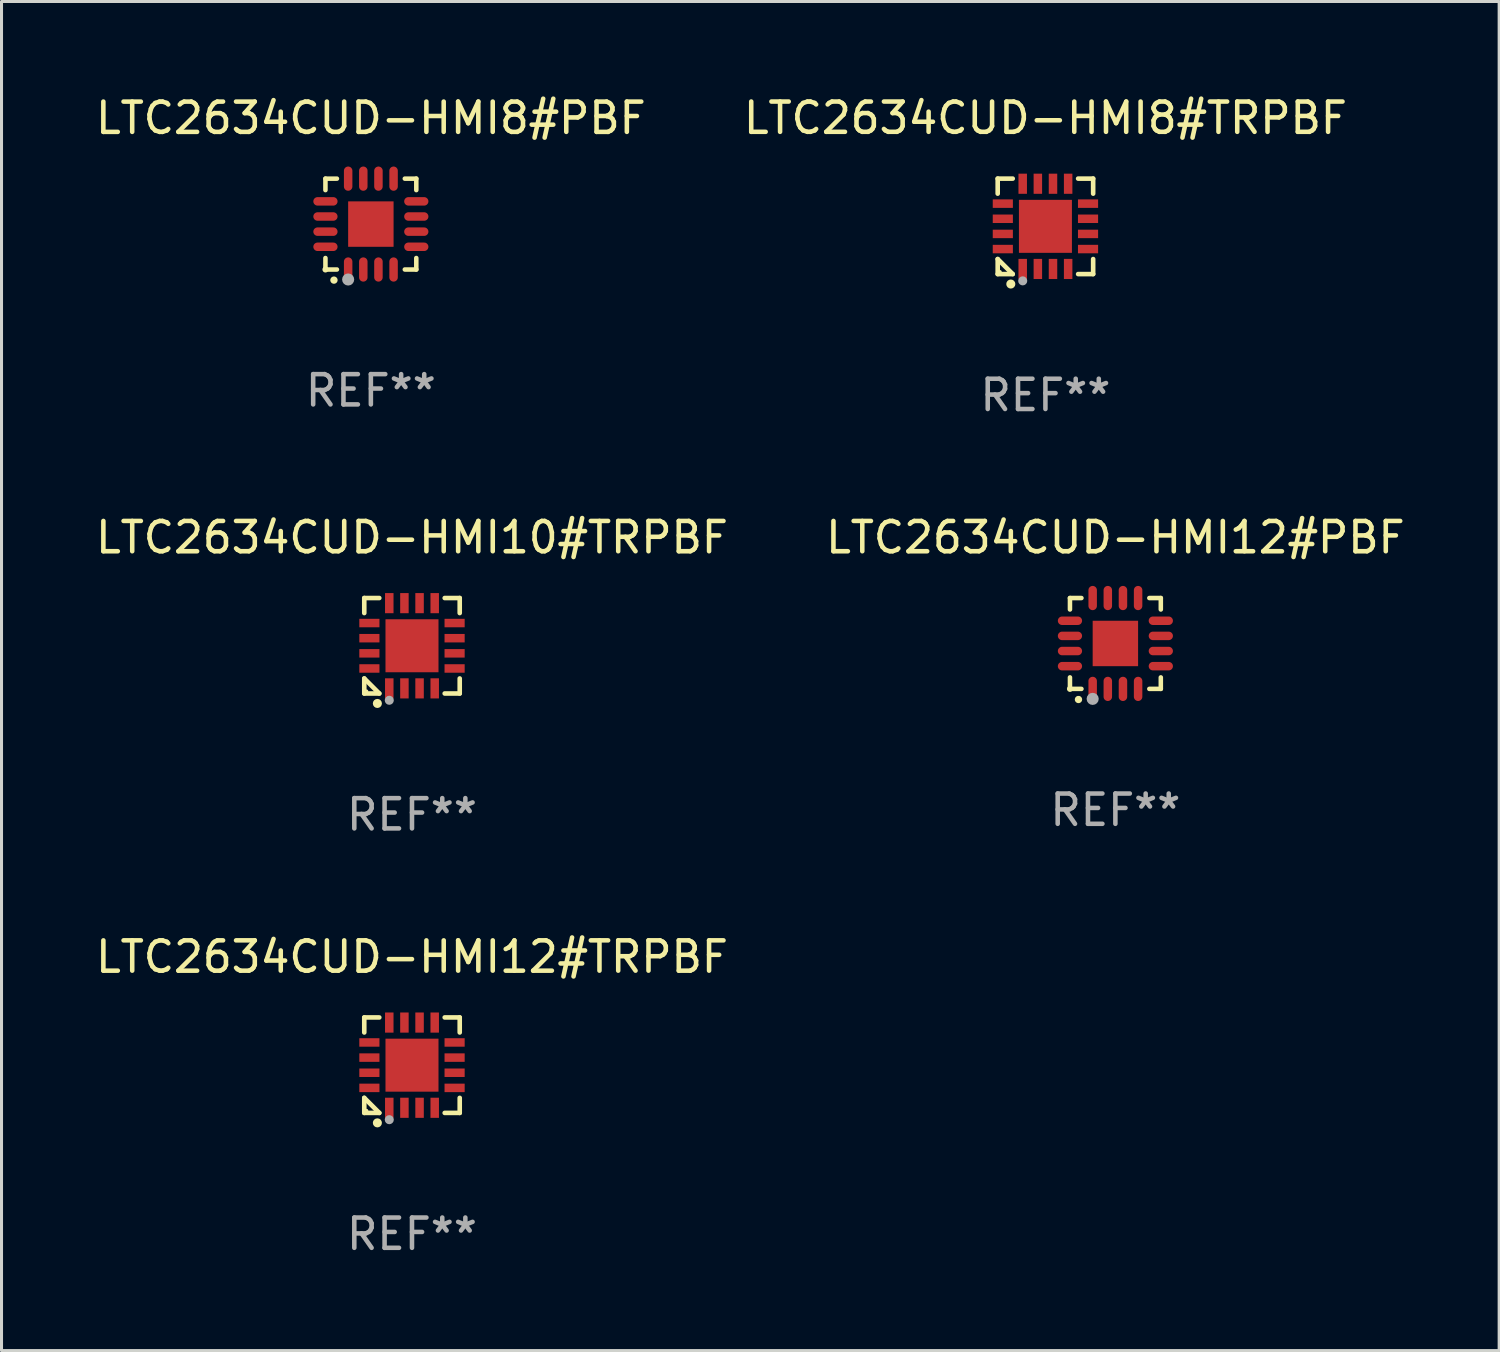
<source format=kicad_pcb>
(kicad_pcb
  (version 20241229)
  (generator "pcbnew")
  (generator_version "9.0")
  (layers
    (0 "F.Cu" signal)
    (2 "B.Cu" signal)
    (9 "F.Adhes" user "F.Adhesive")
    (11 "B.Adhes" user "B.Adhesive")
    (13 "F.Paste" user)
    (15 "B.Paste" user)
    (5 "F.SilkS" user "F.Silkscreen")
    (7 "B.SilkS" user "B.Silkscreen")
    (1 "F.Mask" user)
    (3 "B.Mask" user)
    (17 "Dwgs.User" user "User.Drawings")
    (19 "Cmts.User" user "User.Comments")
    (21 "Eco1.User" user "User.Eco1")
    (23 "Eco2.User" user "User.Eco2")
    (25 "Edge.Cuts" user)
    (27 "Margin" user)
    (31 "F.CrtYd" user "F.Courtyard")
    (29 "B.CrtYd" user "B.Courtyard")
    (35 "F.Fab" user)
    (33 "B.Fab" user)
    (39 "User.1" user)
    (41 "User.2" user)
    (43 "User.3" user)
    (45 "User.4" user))
  (footprint "LTC2634CUD-HMI8#TRPBF"
    (layer "F.Cu")
    (at 31.47 4.424)
    (property "Reference" "LTC2634CUD-HMI8#TRPBF" (at 0 -3.576 0) (layer "F.SilkS") (effects (font (size 1 1) (thickness 0.15))))
    (attr through_hole)
    (fp_line (start -1.576 -1.576) (end -1.08 -1.576) (stroke (width 0.152) (type solid)) (layer "F.SilkS"))
    (fp_line (start -1.576 -1.08) (end -1.576 -1.576) (stroke (width 0.152) (type solid)) (layer "F.SilkS"))
    (fp_line (start -1.576 1.08) (end -1.576 1.576) (stroke (width 0.152) (type solid)) (layer "F.SilkS"))
    (fp_line (start -1.576 1.576) (end -1.08 1.576) (stroke (width 0.152) (type solid)) (layer "F.SilkS"))
    (fp_line (start -1.08 1.576) (end -1.576 1.08) (stroke (width 0.152) (type solid)) (layer "F.SilkS"))
    (fp_line (start 1.576 -1.576) (end 1.08 -1.576) (stroke (width 0.152) (type solid)) (layer "F.SilkS"))
    (fp_line (start 1.576 -1.08) (end 1.576 -1.576) (stroke (width 0.152) (type solid)) (layer "F.SilkS"))
    (fp_line (start 1.576 1.08) (end 1.576 1.576) (stroke (width 0.152) (type solid)) (layer "F.SilkS"))
    (fp_line (start 1.576 1.576) (end 1.08 1.576) (stroke (width 0.152) (type solid)) (layer "F.SilkS"))
    (fp_circle (center -1.5 1.5) (end -1.47 1.5) (stroke (width 0.06) (type solid)) (fill no) (layer "F.SilkS"))
    (fp_circle (center -1.143 1.905) (end -1.068 1.905) (stroke (width 0.15) (type solid)) (fill no) (layer "F.SilkS"))
    (fp_circle (center -0.75 1.8) (end -0.675 1.8) (stroke (width 0.15) (type solid)) (fill no) (layer "F.Fab"))
    (fp_text user "REF**" (at 0 5.576 0) (layer "F.Fab") (effects (font (size 1 1) (thickness 0.15))))
    (pad "1" smd rect (at -0.75 1.407) (size 0.28 0.665) (layers "F.Cu" "F.Mask" "F.Paste"))
    (pad "2" smd rect (at -0.25 1.407) (size 0.28 0.665) (layers "F.Cu" "F.Mask" "F.Paste"))
    (pad "3" smd rect (at 0.25 1.407) (size 0.28 0.665) (layers "F.Cu" "F.Mask" "F.Paste"))
    (pad "4" smd rect (at 0.75 1.407) (size 0.28 0.665) (layers "F.Cu" "F.Mask" "F.Paste"))
    (pad "5" smd rect (at 1.407 0.75) (size 0.665 0.28) (layers "F.Cu" "F.Mask" "F.Paste"))
    (pad "6" smd rect (at 1.407 0.25) (size 0.665 0.28) (layers "F.Cu" "F.Mask" "F.Paste"))
    (pad "7" smd rect (at 1.407 -0.25) (size 0.665 0.28) (layers "F.Cu" "F.Mask" "F.Paste"))
    (pad "8" smd rect (at 1.407 -0.75) (size 0.665 0.28) (layers "F.Cu" "F.Mask" "F.Paste"))
    (pad "9" smd rect (at 0.75 -1.407) (size 0.28 0.665) (layers "F.Cu" "F.Mask" "F.Paste"))
    (pad "10" smd rect (at 0.25 -1.407) (size 0.28 0.665) (layers "F.Cu" "F.Mask" "F.Paste"))
    (pad "11" smd rect (at -0.25 -1.407) (size 0.28 0.665) (layers "F.Cu" "F.Mask" "F.Paste"))
    (pad "12" smd rect (at -0.75 -1.407) (size 0.28 0.665) (layers "F.Cu" "F.Mask" "F.Paste"))
    (pad "13" smd rect (at -1.407 -0.75) (size 0.665 0.28) (layers "F.Cu" "F.Mask" "F.Paste"))
    (pad "14" smd rect (at -1.407 -0.25) (size 0.665 0.28) (layers "F.Cu" "F.Mask" "F.Paste"))
    (pad "15" smd rect (at -1.407 0.25) (size 0.665 0.28) (layers "F.Cu" "F.Mask" "F.Paste"))
    (pad "16" smd rect (at -1.407 0.75) (size 0.665 0.28) (layers "F.Cu" "F.Mask" "F.Paste"))
    (pad "17" smd rect (at 0 0) (size 1.75 1.75) (layers "F.Cu" "F.Mask" "F.Paste")))
  (footprint "LTC2634CUD-HMI8#PBF"
    (layer "F.Cu")
    (at 9.196 4.349)
    (property "Reference" "LTC2634CUD-HMI8#PBF" (at 0 -3.5 0) (layer "F.SilkS") (effects (font (size 1 1) (thickness 0.15))))
    (attr through_hole)
    (fp_line (start -1.5 -1.5) (end -1.121 -1.5) (stroke (width 0.15) (type solid)) (layer "F.SilkS"))
    (fp_line (start -1.5 -1.122) (end -1.5 -1.5) (stroke (width 0.15) (type solid)) (layer "F.SilkS"))
    (fp_line (start -1.5 1.5) (end -1.5 1.121) (stroke (width 0.15) (type solid)) (layer "F.SilkS"))
    (fp_line (start -1.121 1.5) (end -1.5 1.5) (stroke (width 0.15) (type solid)) (layer "F.SilkS"))
    (fp_line (start 1.121 -1.5) (end 1.5 -1.5) (stroke (width 0.15) (type solid)) (layer "F.SilkS"))
    (fp_line (start 1.5 -1.5) (end 1.5 -1.122) (stroke (width 0.15) (type solid)) (layer "F.SilkS"))
    (fp_line (start 1.5 1.121) (end 1.5 1.5) (stroke (width 0.15) (type solid)) (layer "F.SilkS"))
    (fp_line (start 1.5 1.5) (end 1.121 1.5) (stroke (width 0.15) (type solid)) (layer "F.SilkS"))
    (fp_arc (start -1.219926 1.850254) (mid -1.21891 1.85025) (end -1.217894 1.850254) (stroke (width 0.240005) (type solid)) (layer "F.SilkS"))
    (fp_circle (center -1.5 1.5) (end -1.45 1.5) (stroke (width 0.1) (type solid)) (fill no) (layer "F.SilkS"))
    (fp_circle (center -0.75 1.83) (end -0.65 1.83) (stroke (width 0.2) (type solid)) (fill no) (layer "F.Fab"))
    (fp_text user "REF**" (at 0 5.5 0) (layer "F.Fab") (effects (font (size 1 1) (thickness 0.15))))
    (pad "1" smd oval (at -0.75 1.5) (size 0.28 0.8) (layers "F.Cu" "F.Mask" "F.Paste"))
    (pad "2" smd oval (at -0.25 1.5) (size 0.28 0.8) (layers "F.Cu" "F.Mask" "F.Paste"))
    (pad "3" smd oval (at 0.25 1.5) (size 0.28 0.8) (layers "F.Cu" "F.Mask" "F.Paste"))
    (pad "4" smd oval (at 0.75 1.5) (size 0.28 0.8) (layers "F.Cu" "F.Mask" "F.Paste"))
    (pad "5" smd oval (at 1.5 0.75) (size 0.8 0.28) (layers "F.Cu" "F.Mask" "F.Paste"))
    (pad "6" smd oval (at 1.5 0.25) (size 0.8 0.28) (layers "F.Cu" "F.Mask" "F.Paste"))
    (pad "7" smd oval (at 1.5 -0.25) (size 0.8 0.28) (layers "F.Cu" "F.Mask" "F.Paste"))
    (pad "8" smd oval (at 1.5 -0.75) (size 0.8 0.28) (layers "F.Cu" "F.Mask" "F.Paste"))
    (pad "9" smd oval (at 0.75 -1.5) (size 0.28 0.8) (layers "F.Cu" "F.Mask" "F.Paste"))
    (pad "10" smd oval (at 0.25 -1.5) (size 0.28 0.8) (layers "F.Cu" "F.Mask" "F.Paste"))
    (pad "11" smd oval (at -0.25 -1.5) (size 0.28 0.8) (layers "F.Cu" "F.Mask" "F.Paste"))
    (pad "12" smd oval (at -0.75 -1.5) (size 0.28 0.8) (layers "F.Cu" "F.Mask" "F.Paste"))
    (pad "13" smd oval (at -1.5 -0.75) (size 0.8 0.28) (layers "F.Cu" "F.Mask" "F.Paste"))
    (pad "14" smd oval (at -1.5 -0.25) (size 0.8 0.28) (layers "F.Cu" "F.Mask" "F.Paste"))
    (pad "15" smd oval (at -1.5 0.25) (size 0.8 0.28) (layers "F.Cu" "F.Mask" "F.Paste"))
    (pad "16" smd oval (at -1.5 0.75) (size 0.8 0.28) (layers "F.Cu" "F.Mask" "F.Paste"))
    (pad "17" smd rect (at -0.000064 0.000165) (size 1.5 1.5) (layers "F.Cu" "F.Mask" "F.Paste")))
  (footprint "LTC2634CUD-HMI12#PBF"
    (layer "F.Cu")
    (at 33.78 18.197)
    (property "Reference" "LTC2634CUD-HMI12#PBF" (at 0 -3.5 0) (layer "F.SilkS") (effects (font (size 1 1) (thickness 0.15))))
    (attr through_hole)
    (fp_line (start -1.5 -1.5) (end -1.121 -1.5) (stroke (width 0.15) (type solid)) (layer "F.SilkS"))
    (fp_line (start -1.5 -1.122) (end -1.5 -1.5) (stroke (width 0.15) (type solid)) (layer "F.SilkS"))
    (fp_line (start -1.5 1.5) (end -1.5 1.121) (stroke (width 0.15) (type solid)) (layer "F.SilkS"))
    (fp_line (start -1.121 1.5) (end -1.5 1.5) (stroke (width 0.15) (type solid)) (layer "F.SilkS"))
    (fp_line (start 1.121 -1.5) (end 1.5 -1.5) (stroke (width 0.15) (type solid)) (layer "F.SilkS"))
    (fp_line (start 1.5 -1.5) (end 1.5 -1.122) (stroke (width 0.15) (type solid)) (layer "F.SilkS"))
    (fp_line (start 1.5 1.121) (end 1.5 1.5) (stroke (width 0.15) (type solid)) (layer "F.SilkS"))
    (fp_line (start 1.5 1.5) (end 1.121 1.5) (stroke (width 0.15) (type solid)) (layer "F.SilkS"))
    (fp_arc (start -1.219926 1.850254) (mid -1.21891 1.85025) (end -1.217894 1.850254) (stroke (width 0.240005) (type solid)) (layer "F.SilkS"))
    (fp_circle (center -1.5 1.5) (end -1.45 1.5) (stroke (width 0.1) (type solid)) (fill no) (layer "F.SilkS"))
    (fp_circle (center -0.75 1.83) (end -0.65 1.83) (stroke (width 0.2) (type solid)) (fill no) (layer "F.Fab"))
    (fp_text user "REF**" (at 0 5.5 0) (layer "F.Fab") (effects (font (size 1 1) (thickness 0.15))))
    (pad "1" smd oval (at -0.75 1.5) (size 0.28 0.8) (layers "F.Cu" "F.Mask" "F.Paste"))
    (pad "2" smd oval (at -0.25 1.5) (size 0.28 0.8) (layers "F.Cu" "F.Mask" "F.Paste"))
    (pad "3" smd oval (at 0.25 1.5) (size 0.28 0.8) (layers "F.Cu" "F.Mask" "F.Paste"))
    (pad "4" smd oval (at 0.75 1.5) (size 0.28 0.8) (layers "F.Cu" "F.Mask" "F.Paste"))
    (pad "5" smd oval (at 1.5 0.75) (size 0.8 0.28) (layers "F.Cu" "F.Mask" "F.Paste"))
    (pad "6" smd oval (at 1.5 0.25) (size 0.8 0.28) (layers "F.Cu" "F.Mask" "F.Paste"))
    (pad "7" smd oval (at 1.5 -0.25) (size 0.8 0.28) (layers "F.Cu" "F.Mask" "F.Paste"))
    (pad "8" smd oval (at 1.5 -0.75) (size 0.8 0.28) (layers "F.Cu" "F.Mask" "F.Paste"))
    (pad "9" smd oval (at 0.75 -1.5) (size 0.28 0.8) (layers "F.Cu" "F.Mask" "F.Paste"))
    (pad "10" smd oval (at 0.25 -1.5) (size 0.28 0.8) (layers "F.Cu" "F.Mask" "F.Paste"))
    (pad "11" smd oval (at -0.25 -1.5) (size 0.28 0.8) (layers "F.Cu" "F.Mask" "F.Paste"))
    (pad "12" smd oval (at -0.75 -1.5) (size 0.28 0.8) (layers "F.Cu" "F.Mask" "F.Paste"))
    (pad "13" smd oval (at -1.5 -0.75) (size 0.8 0.28) (layers "F.Cu" "F.Mask" "F.Paste"))
    (pad "14" smd oval (at -1.5 -0.25) (size 0.8 0.28) (layers "F.Cu" "F.Mask" "F.Paste"))
    (pad "15" smd oval (at -1.5 0.25) (size 0.8 0.28) (layers "F.Cu" "F.Mask" "F.Paste"))
    (pad "16" smd oval (at -1.5 0.75) (size 0.8 0.28) (layers "F.Cu" "F.Mask" "F.Paste"))
    (pad "17" smd rect (at -0.000064 0.000165) (size 1.5 1.5) (layers "F.Cu" "F.Mask" "F.Paste")))
  (footprint "LTC2634CUD-HMI12#TRPBF"
    (layer "F.Cu")
    (at 10.554 32.122)
    (property "Reference" "LTC2634CUD-HMI12#TRPBF" (at 0 -3.576 0) (layer "F.SilkS") (effects (font (size 1 1) (thickness 0.15))))
    (attr through_hole)
    (fp_line (start -1.576 -1.576) (end -1.08 -1.576) (stroke (width 0.152) (type solid)) (layer "F.SilkS"))
    (fp_line (start -1.576 -1.08) (end -1.576 -1.576) (stroke (width 0.152) (type solid)) (layer "F.SilkS"))
    (fp_line (start -1.576 1.08) (end -1.576 1.576) (stroke (width 0.152) (type solid)) (layer "F.SilkS"))
    (fp_line (start -1.576 1.576) (end -1.08 1.576) (stroke (width 0.152) (type solid)) (layer "F.SilkS"))
    (fp_line (start -1.08 1.576) (end -1.576 1.08) (stroke (width 0.152) (type solid)) (layer "F.SilkS"))
    (fp_line (start 1.576 -1.576) (end 1.08 -1.576) (stroke (width 0.152) (type solid)) (layer "F.SilkS"))
    (fp_line (start 1.576 -1.08) (end 1.576 -1.576) (stroke (width 0.152) (type solid)) (layer "F.SilkS"))
    (fp_line (start 1.576 1.08) (end 1.576 1.576) (stroke (width 0.152) (type solid)) (layer "F.SilkS"))
    (fp_line (start 1.576 1.576) (end 1.08 1.576) (stroke (width 0.152) (type solid)) (layer "F.SilkS"))
    (fp_circle (center -1.5 1.5) (end -1.47 1.5) (stroke (width 0.06) (type solid)) (fill no) (layer "F.SilkS"))
    (fp_circle (center -1.143 1.905) (end -1.068 1.905) (stroke (width 0.15) (type solid)) (fill no) (layer "F.SilkS"))
    (fp_circle (center -0.75 1.8) (end -0.675 1.8) (stroke (width 0.15) (type solid)) (fill no) (layer "F.Fab"))
    (fp_text user "REF**" (at 0 5.576 0) (layer "F.Fab") (effects (font (size 1 1) (thickness 0.15))))
    (pad "1" smd rect (at -0.75 1.407) (size 0.28 0.665) (layers "F.Cu" "F.Mask" "F.Paste"))
    (pad "2" smd rect (at -0.25 1.407) (size 0.28 0.665) (layers "F.Cu" "F.Mask" "F.Paste"))
    (pad "3" smd rect (at 0.25 1.407) (size 0.28 0.665) (layers "F.Cu" "F.Mask" "F.Paste"))
    (pad "4" smd rect (at 0.75 1.407) (size 0.28 0.665) (layers "F.Cu" "F.Mask" "F.Paste"))
    (pad "5" smd rect (at 1.407 0.75) (size 0.665 0.28) (layers "F.Cu" "F.Mask" "F.Paste"))
    (pad "6" smd rect (at 1.407 0.25) (size 0.665 0.28) (layers "F.Cu" "F.Mask" "F.Paste"))
    (pad "7" smd rect (at 1.407 -0.25) (size 0.665 0.28) (layers "F.Cu" "F.Mask" "F.Paste"))
    (pad "8" smd rect (at 1.407 -0.75) (size 0.665 0.28) (layers "F.Cu" "F.Mask" "F.Paste"))
    (pad "9" smd rect (at 0.75 -1.407) (size 0.28 0.665) (layers "F.Cu" "F.Mask" "F.Paste"))
    (pad "10" smd rect (at 0.25 -1.407) (size 0.28 0.665) (layers "F.Cu" "F.Mask" "F.Paste"))
    (pad "11" smd rect (at -0.25 -1.407) (size 0.28 0.665) (layers "F.Cu" "F.Mask" "F.Paste"))
    (pad "12" smd rect (at -0.75 -1.407) (size 0.28 0.665) (layers "F.Cu" "F.Mask" "F.Paste"))
    (pad "13" smd rect (at -1.407 -0.75) (size 0.665 0.28) (layers "F.Cu" "F.Mask" "F.Paste"))
    (pad "14" smd rect (at -1.407 -0.25) (size 0.665 0.28) (layers "F.Cu" "F.Mask" "F.Paste"))
    (pad "15" smd rect (at -1.407 0.25) (size 0.665 0.28) (layers "F.Cu" "F.Mask" "F.Paste"))
    (pad "16" smd rect (at -1.407 0.75) (size 0.665 0.28) (layers "F.Cu" "F.Mask" "F.Paste"))
    (pad "17" smd rect (at 0 0) (size 1.75 1.75) (layers "F.Cu" "F.Mask" "F.Paste")))
  (footprint "LTC2634CUD-HMI10#TRPBF"
    (layer "F.Cu")
    (at 10.554 18.273)
    (property "Reference" "LTC2634CUD-HMI10#TRPBF" (at 0 -3.576 0) (layer "F.SilkS") (effects (font (size 1 1) (thickness 0.15))))
    (attr through_hole)
    (fp_line (start -1.576 -1.576) (end -1.08 -1.576) (stroke (width 0.152) (type solid)) (layer "F.SilkS"))
    (fp_line (start -1.576 -1.08) (end -1.576 -1.576) (stroke (width 0.152) (type solid)) (layer "F.SilkS"))
    (fp_line (start -1.576 1.08) (end -1.576 1.576) (stroke (width 0.152) (type solid)) (layer "F.SilkS"))
    (fp_line (start -1.576 1.576) (end -1.08 1.576) (stroke (width 0.152) (type solid)) (layer "F.SilkS"))
    (fp_line (start -1.08 1.576) (end -1.576 1.08) (stroke (width 0.152) (type solid)) (layer "F.SilkS"))
    (fp_line (start 1.576 -1.576) (end 1.08 -1.576) (stroke (width 0.152) (type solid)) (layer "F.SilkS"))
    (fp_line (start 1.576 -1.08) (end 1.576 -1.576) (stroke (width 0.152) (type solid)) (layer "F.SilkS"))
    (fp_line (start 1.576 1.08) (end 1.576 1.576) (stroke (width 0.152) (type solid)) (layer "F.SilkS"))
    (fp_line (start 1.576 1.576) (end 1.08 1.576) (stroke (width 0.152) (type solid)) (layer "F.SilkS"))
    (fp_circle (center -1.5 1.5) (end -1.47 1.5) (stroke (width 0.06) (type solid)) (fill no) (layer "F.SilkS"))
    (fp_circle (center -1.143 1.905) (end -1.068 1.905) (stroke (width 0.15) (type solid)) (fill no) (layer "F.SilkS"))
    (fp_circle (center -0.75 1.8) (end -0.675 1.8) (stroke (width 0.15) (type solid)) (fill no) (layer "F.Fab"))
    (fp_text user "REF**" (at 0 5.576 0) (layer "F.Fab") (effects (font (size 1 1) (thickness 0.15))))
    (pad "1" smd rect (at -0.75 1.407) (size 0.28 0.665) (layers "F.Cu" "F.Mask" "F.Paste"))
    (pad "2" smd rect (at -0.25 1.407) (size 0.28 0.665) (layers "F.Cu" "F.Mask" "F.Paste"))
    (pad "3" smd rect (at 0.25 1.407) (size 0.28 0.665) (layers "F.Cu" "F.Mask" "F.Paste"))
    (pad "4" smd rect (at 0.75 1.407) (size 0.28 0.665) (layers "F.Cu" "F.Mask" "F.Paste"))
    (pad "5" smd rect (at 1.407 0.75) (size 0.665 0.28) (layers "F.Cu" "F.Mask" "F.Paste"))
    (pad "6" smd rect (at 1.407 0.25) (size 0.665 0.28) (layers "F.Cu" "F.Mask" "F.Paste"))
    (pad "7" smd rect (at 1.407 -0.25) (size 0.665 0.28) (layers "F.Cu" "F.Mask" "F.Paste"))
    (pad "8" smd rect (at 1.407 -0.75) (size 0.665 0.28) (layers "F.Cu" "F.Mask" "F.Paste"))
    (pad "9" smd rect (at 0.75 -1.407) (size 0.28 0.665) (layers "F.Cu" "F.Mask" "F.Paste"))
    (pad "10" smd rect (at 0.25 -1.407) (size 0.28 0.665) (layers "F.Cu" "F.Mask" "F.Paste"))
    (pad "11" smd rect (at -0.25 -1.407) (size 0.28 0.665) (layers "F.Cu" "F.Mask" "F.Paste"))
    (pad "12" smd rect (at -0.75 -1.407) (size 0.28 0.665) (layers "F.Cu" "F.Mask" "F.Paste"))
    (pad "13" smd rect (at -1.407 -0.75) (size 0.665 0.28) (layers "F.Cu" "F.Mask" "F.Paste"))
    (pad "14" smd rect (at -1.407 -0.25) (size 0.665 0.28) (layers "F.Cu" "F.Mask" "F.Paste"))
    (pad "15" smd rect (at -1.407 0.25) (size 0.665 0.28) (layers "F.Cu" "F.Mask" "F.Paste"))
    (pad "16" smd rect (at -1.407 0.75) (size 0.665 0.28) (layers "F.Cu" "F.Mask" "F.Paste"))
    (pad "17" smd rect (at 0 0) (size 1.75 1.75) (layers "F.Cu" "F.Mask" "F.Paste")))
  (gr_rect
    (start -3 -3)
    (end 46.452 41.547)
    (stroke (width 0.1) (type default))
    (fill no)
    (layer "Edge.Cuts")))
</source>
